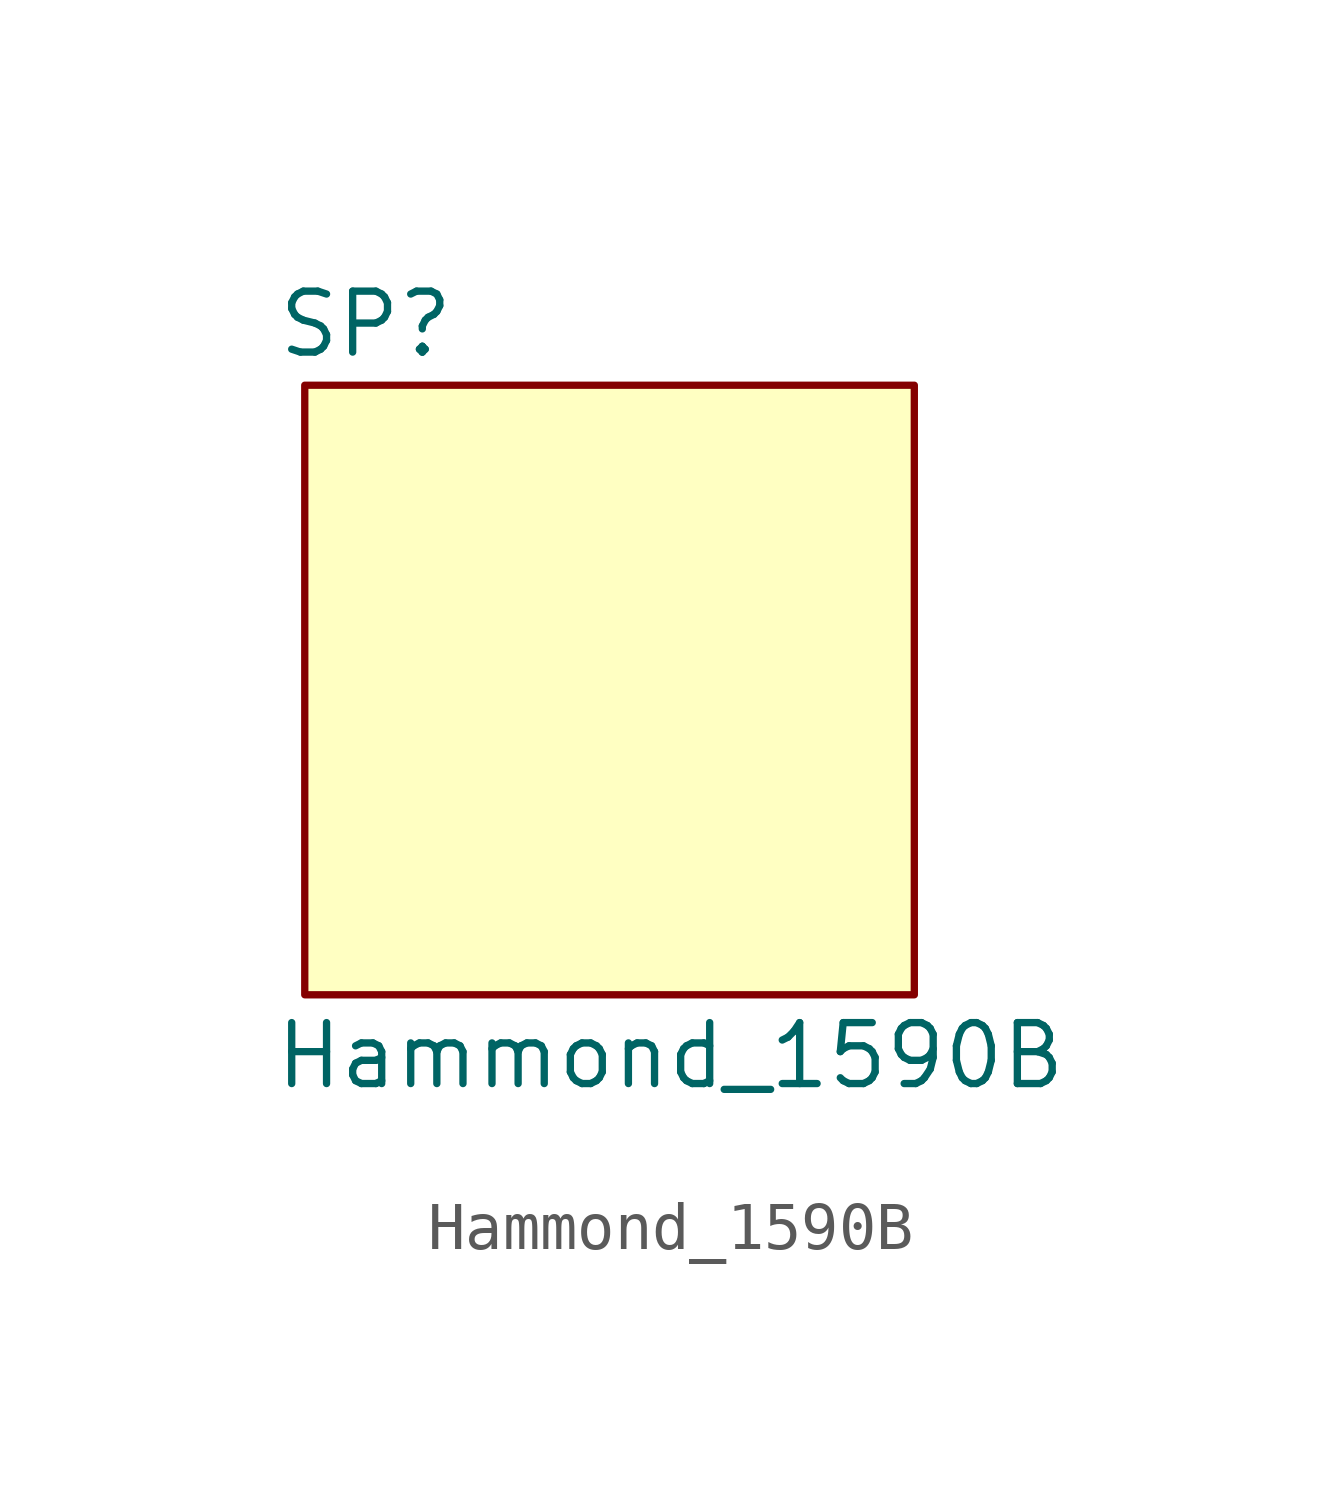
<source format=kicad_sym>
(kicad_symbol_lib
  (version 20241209)
  (generator "kicad_symbol_editor")
  (generator_version "9.0")
  (symbol "Hammond_1590B"
    (pin_names
      (offset 1.016))
    (property "Reference" "SP"
      (at 1.27 1.27 0)
      (effects (font (size 1.27 1.27))))
    (property "Value" "Hammond_1590B"
      (at 7.62 -13.97 0)
      (effects (font (size 1.27 1.27))))
    (symbol "Hammond_1590B_0_1"
      (rectangle (start 0 0) (end 12.7 -12.7) (stroke (width 0) (type solid)) (fill (type background))))))
</source>
